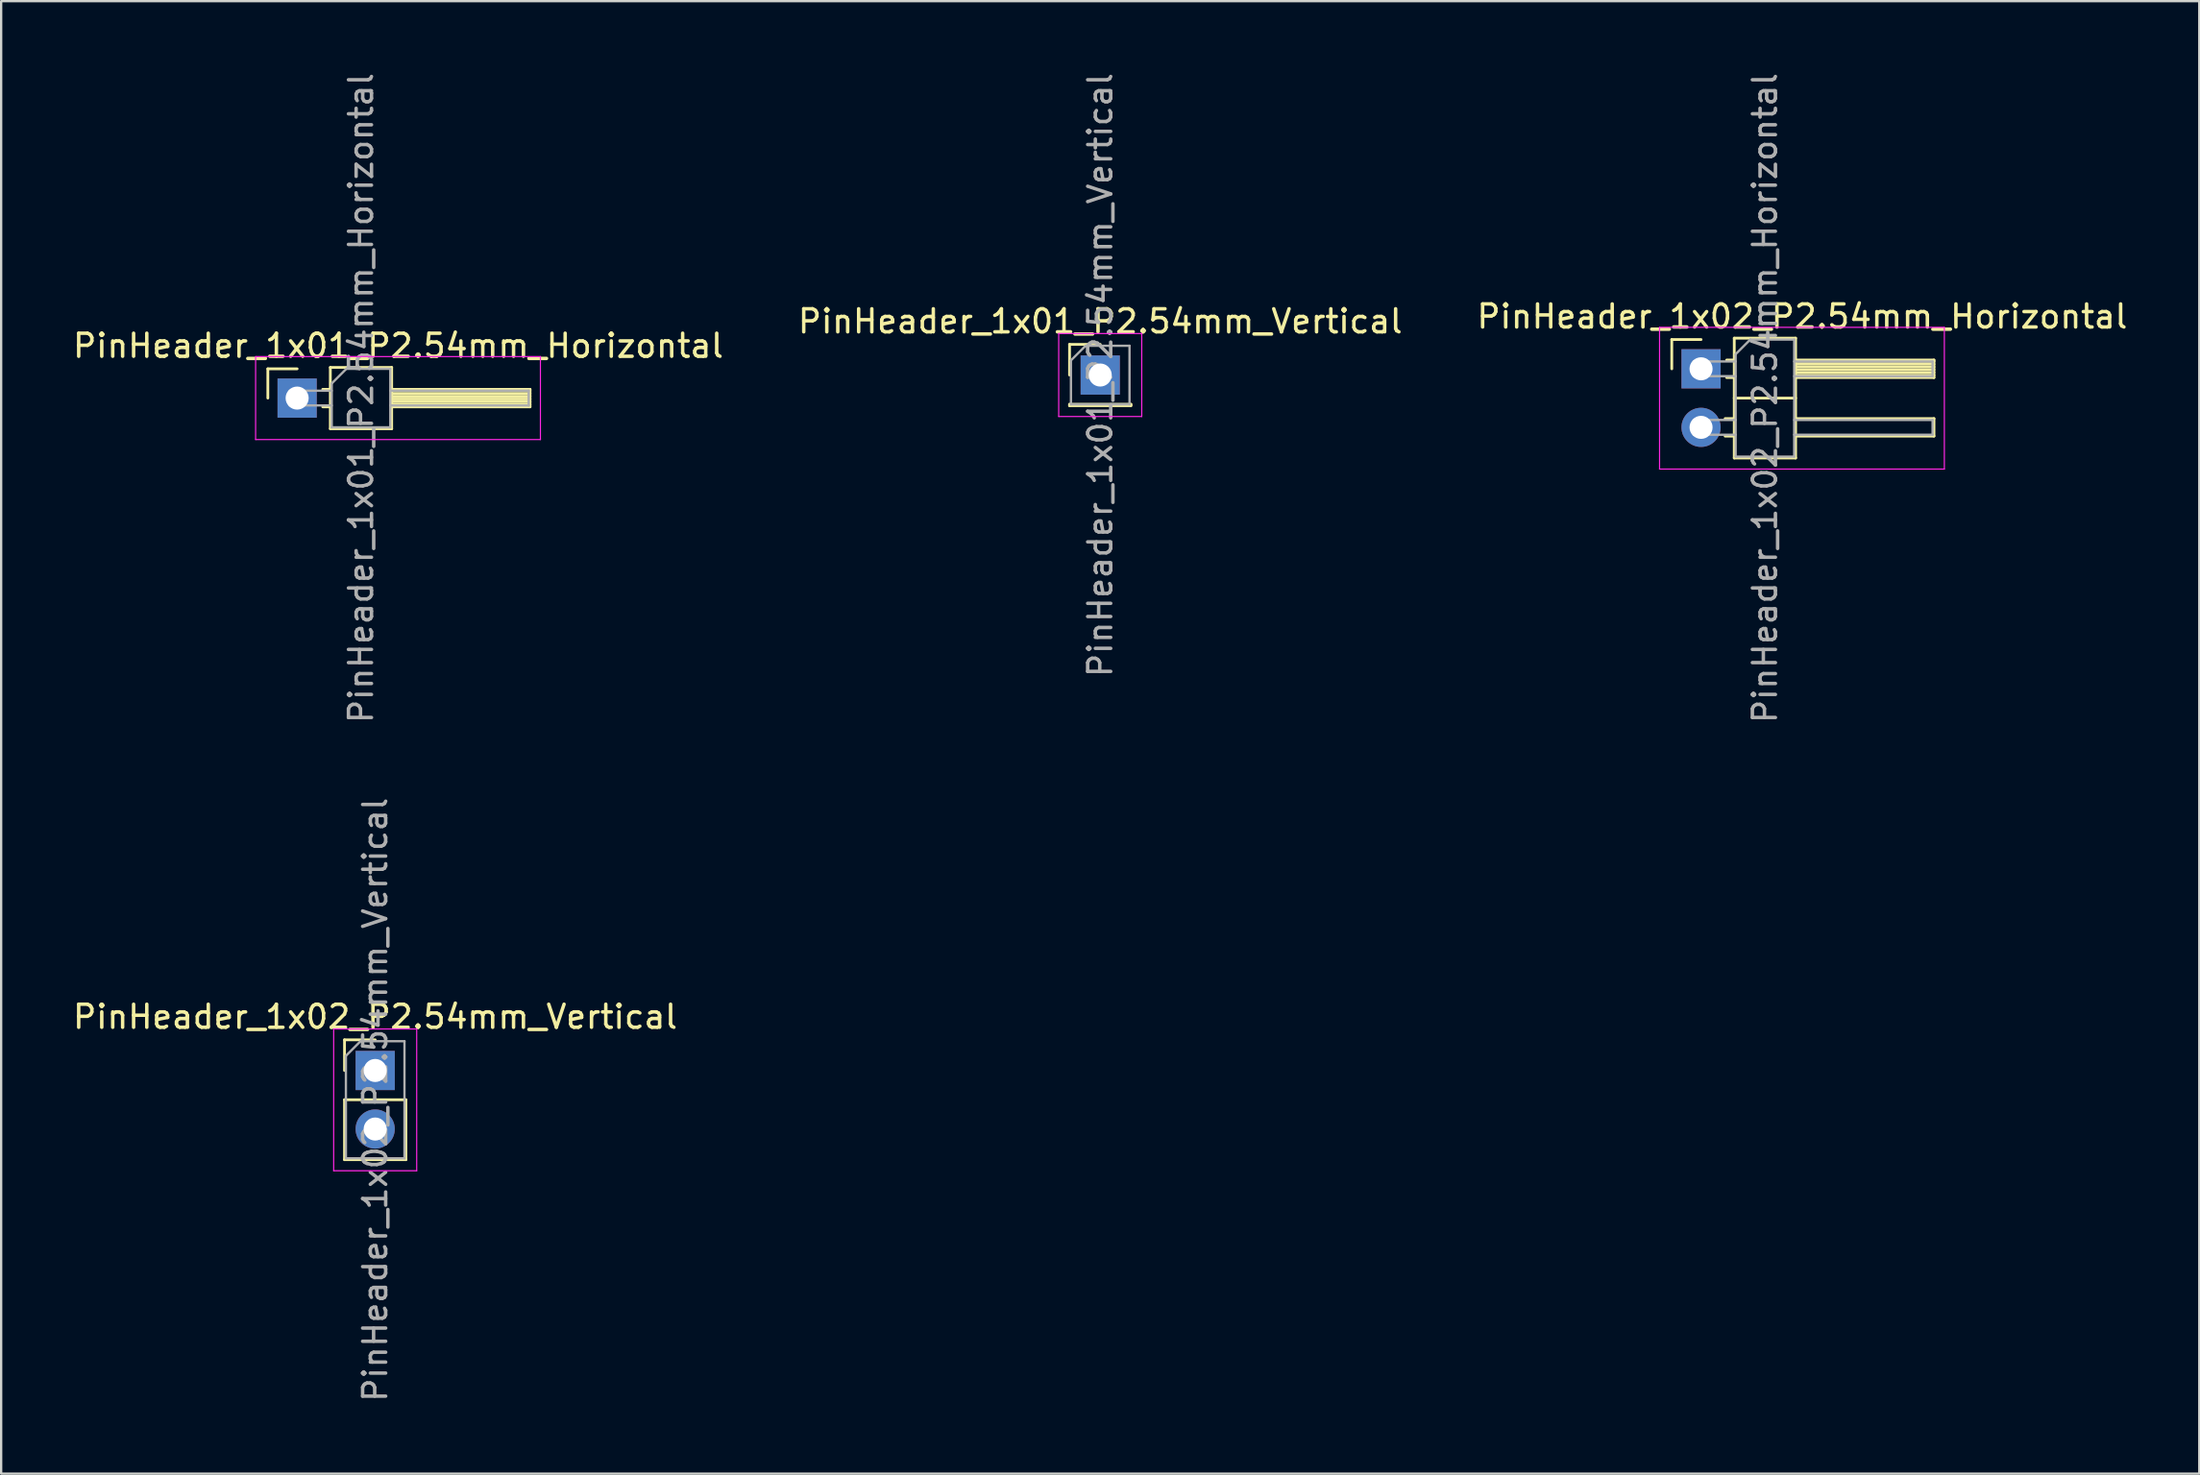
<source format=kicad_pcb>
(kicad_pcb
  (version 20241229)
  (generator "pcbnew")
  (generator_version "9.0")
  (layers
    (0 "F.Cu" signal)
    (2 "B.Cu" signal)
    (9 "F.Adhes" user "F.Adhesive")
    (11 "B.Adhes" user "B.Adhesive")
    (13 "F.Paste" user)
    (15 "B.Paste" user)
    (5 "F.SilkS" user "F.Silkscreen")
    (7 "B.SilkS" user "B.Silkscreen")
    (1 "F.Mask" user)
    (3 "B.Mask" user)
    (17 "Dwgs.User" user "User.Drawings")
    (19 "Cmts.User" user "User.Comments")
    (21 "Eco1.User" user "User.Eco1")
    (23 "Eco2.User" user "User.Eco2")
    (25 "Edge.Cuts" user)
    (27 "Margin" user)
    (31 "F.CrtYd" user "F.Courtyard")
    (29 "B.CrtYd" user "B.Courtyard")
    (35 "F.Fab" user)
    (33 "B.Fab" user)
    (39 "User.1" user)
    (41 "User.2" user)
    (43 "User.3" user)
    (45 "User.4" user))
  (footprint "PinHeader_1x01_P2.54mm_Vertical"
    (layer "F.Cu")
    (at 44.661 13.22)
    (property "Reference" "PinHeader_1x01_P2.54mm_Vertical" (at 0 -2.33 0) (layer "F.SilkS") (effects (font (size 1 1) (thickness 0.15))))
    (attr through_hole)
    (fp_line (start -1.33 -1.33) (end 0 -1.33) (stroke (width 0.12) (type solid)) (layer "F.SilkS"))
    (fp_line (start -1.33 0) (end -1.33 -1.33) (stroke (width 0.12) (type solid)) (layer "F.SilkS"))
    (fp_line (start -1.33 1.27) (end -1.33 1.33) (stroke (width 0.12) (type solid)) (layer "F.SilkS"))
    (fp_line (start -1.33 1.27) (end 1.33 1.27) (stroke (width 0.12) (type solid)) (layer "F.SilkS"))
    (fp_line (start -1.33 1.33) (end 1.33 1.33) (stroke (width 0.12) (type solid)) (layer "F.SilkS"))
    (fp_line (start 1.33 1.27) (end 1.33 1.33) (stroke (width 0.12) (type solid)) (layer "F.SilkS"))
    (fp_line (start -1.8 -1.8) (end -1.8 1.8) (stroke (width 0.05) (type solid)) (layer "F.CrtYd"))
    (fp_line (start -1.8 1.8) (end 1.8 1.8) (stroke (width 0.05) (type solid)) (layer "F.CrtYd"))
    (fp_line (start 1.8 -1.8) (end -1.8 -1.8) (stroke (width 0.05) (type solid)) (layer "F.CrtYd"))
    (fp_line (start 1.8 1.8) (end 1.8 -1.8) (stroke (width 0.05) (type solid)) (layer "F.CrtYd"))
    (fp_line (start -1.27 -0.635) (end -0.635 -1.27) (stroke (width 0.1) (type solid)) (layer "F.Fab"))
    (fp_line (start -1.27 1.27) (end -1.27 -0.635) (stroke (width 0.1) (type solid)) (layer "F.Fab"))
    (fp_line (start -0.635 -1.27) (end 1.27 -1.27) (stroke (width 0.1) (type solid)) (layer "F.Fab"))
    (fp_line (start 1.27 -1.27) (end 1.27 1.27) (stroke (width 0.1) (type solid)) (layer "F.Fab"))
    (fp_line (start 1.27 1.27) (end -1.27 1.27) (stroke (width 0.1) (type solid)) (layer "F.Fab"))
    (fp_text user "${REFERENCE}" (at 0 0 90) (layer "F.Fab") (effects (font (size 1 1) (thickness 0.15))))
    (pad "1" thru_hole rect (at 0 0) (size 1.7 1.7) (drill 1) (layers "*.Cu" "*.Mask")))
  (footprint "PinHeader_1x02_P2.54mm_Horizontal"
    (layer "F.Cu")
    (at 70.716 12.95)
    (property "Reference" "PinHeader_1x02_P2.54mm_Horizontal" (at 4.385 -2.27 0) (layer "F.SilkS") (effects (font (size 1 1) (thickness 0.15))))
    (attr through_hole)
    (fp_line (start -1.27 -1.27) (end 0 -1.27) (stroke (width 0.12) (type solid)) (layer "F.SilkS"))
    (fp_line (start -1.27 0) (end -1.27 -1.27) (stroke (width 0.12) (type solid)) (layer "F.SilkS"))
    (fp_line (start 1.043 2.16) (end 1.44 2.16) (stroke (width 0.12) (type solid)) (layer "F.SilkS"))
    (fp_line (start 1.043 2.92) (end 1.44 2.92) (stroke (width 0.12) (type solid)) (layer "F.SilkS"))
    (fp_line (start 1.11 -0.38) (end 1.44 -0.38) (stroke (width 0.12) (type solid)) (layer "F.SilkS"))
    (fp_line (start 1.11 0.38) (end 1.44 0.38) (stroke (width 0.12) (type solid)) (layer "F.SilkS"))
    (fp_line (start 1.44 -1.33) (end 1.44 3.87) (stroke (width 0.12) (type solid)) (layer "F.SilkS"))
    (fp_line (start 1.44 1.27) (end 4.1 1.27) (stroke (width 0.12) (type solid)) (layer "F.SilkS"))
    (fp_line (start 1.44 3.87) (end 4.1 3.87) (stroke (width 0.12) (type solid)) (layer "F.SilkS"))
    (fp_line (start 4.1 -1.33) (end 1.44 -1.33) (stroke (width 0.12) (type solid)) (layer "F.SilkS"))
    (fp_line (start 4.1 -0.38) (end 10.1 -0.38) (stroke (width 0.12) (type solid)) (layer "F.SilkS"))
    (fp_line (start 4.1 -0.32) (end 10.1 -0.32) (stroke (width 0.12) (type solid)) (layer "F.SilkS"))
    (fp_line (start 4.1 -0.2) (end 10.1 -0.2) (stroke (width 0.12) (type solid)) (layer "F.SilkS"))
    (fp_line (start 4.1 -0.08) (end 10.1 -0.08) (stroke (width 0.12) (type solid)) (layer "F.SilkS"))
    (fp_line (start 4.1 0.04) (end 10.1 0.04) (stroke (width 0.12) (type solid)) (layer "F.SilkS"))
    (fp_line (start 4.1 0.16) (end 10.1 0.16) (stroke (width 0.12) (type solid)) (layer "F.SilkS"))
    (fp_line (start 4.1 0.28) (end 10.1 0.28) (stroke (width 0.12) (type solid)) (layer "F.SilkS"))
    (fp_line (start 4.1 2.16) (end 10.1 2.16) (stroke (width 0.12) (type solid)) (layer "F.SilkS"))
    (fp_line (start 4.1 3.87) (end 4.1 -1.33) (stroke (width 0.12) (type solid)) (layer "F.SilkS"))
    (fp_line (start 10.1 -0.38) (end 10.1 0.38) (stroke (width 0.12) (type solid)) (layer "F.SilkS"))
    (fp_line (start 10.1 0.38) (end 4.1 0.38) (stroke (width 0.12) (type solid)) (layer "F.SilkS"))
    (fp_line (start 10.1 2.16) (end 10.1 2.92) (stroke (width 0.12) (type solid)) (layer "F.SilkS"))
    (fp_line (start 10.1 2.92) (end 4.1 2.92) (stroke (width 0.12) (type solid)) (layer "F.SilkS"))
    (fp_line (start -1.8 -1.8) (end -1.8 4.35) (stroke (width 0.05) (type solid)) (layer "F.CrtYd"))
    (fp_line (start -1.8 4.35) (end 10.55 4.35) (stroke (width 0.05) (type solid)) (layer "F.CrtYd"))
    (fp_line (start 10.55 -1.8) (end -1.8 -1.8) (stroke (width 0.05) (type solid)) (layer "F.CrtYd"))
    (fp_line (start 10.55 4.35) (end 10.55 -1.8) (stroke (width 0.05) (type solid)) (layer "F.CrtYd"))
    (fp_line (start -0.32 -0.32) (end -0.32 0.32) (stroke (width 0.1) (type solid)) (layer "F.Fab"))
    (fp_line (start -0.32 -0.32) (end 1.5 -0.32) (stroke (width 0.1) (type solid)) (layer "F.Fab"))
    (fp_line (start -0.32 0.32) (end 1.5 0.32) (stroke (width 0.1) (type solid)) (layer "F.Fab"))
    (fp_line (start -0.32 2.22) (end -0.32 2.86) (stroke (width 0.1) (type solid)) (layer "F.Fab"))
    (fp_line (start -0.32 2.22) (end 1.5 2.22) (stroke (width 0.1) (type solid)) (layer "F.Fab"))
    (fp_line (start -0.32 2.86) (end 1.5 2.86) (stroke (width 0.1) (type solid)) (layer "F.Fab"))
    (fp_line (start 1.5 -0.635) (end 2.135 -1.27) (stroke (width 0.1) (type solid)) (layer "F.Fab"))
    (fp_line (start 1.5 3.81) (end 1.5 -0.635) (stroke (width 0.1) (type solid)) (layer "F.Fab"))
    (fp_line (start 2.135 -1.27) (end 4.04 -1.27) (stroke (width 0.1) (type solid)) (layer "F.Fab"))
    (fp_line (start 4.04 -1.27) (end 4.04 3.81) (stroke (width 0.1) (type solid)) (layer "F.Fab"))
    (fp_line (start 4.04 -0.32) (end 10.04 -0.32) (stroke (width 0.1) (type solid)) (layer "F.Fab"))
    (fp_line (start 4.04 0.32) (end 10.04 0.32) (stroke (width 0.1) (type solid)) (layer "F.Fab"))
    (fp_line (start 4.04 2.22) (end 10.04 2.22) (stroke (width 0.1) (type solid)) (layer "F.Fab"))
    (fp_line (start 4.04 2.86) (end 10.04 2.86) (stroke (width 0.1) (type solid)) (layer "F.Fab"))
    (fp_line (start 4.04 3.81) (end 1.5 3.81) (stroke (width 0.1) (type solid)) (layer "F.Fab"))
    (fp_line (start 10.04 -0.32) (end 10.04 0.32) (stroke (width 0.1) (type solid)) (layer "F.Fab"))
    (fp_line (start 10.04 2.22) (end 10.04 2.86) (stroke (width 0.1) (type solid)) (layer "F.Fab"))
    (fp_text user "${REFERENCE}" (at 2.77 1.27 90) (layer "F.Fab") (effects (font (size 1 1) (thickness 0.15))))
    (pad "1" thru_hole rect (at 0 0) (size 1.7 1.7) (drill 1) (layers "*.Cu" "*.Mask"))
    (pad "2" thru_hole oval (at 0 2.54) (size 1.7 1.7) (drill 1) (layers "*.Cu" "*.Mask")))
  (footprint "PinHeader_1x01_P2.54mm_Horizontal"
    (layer "F.Cu")
    (at 9.835 14.22)
    (property "Reference" "PinHeader_1x01_P2.54mm_Horizontal" (at 4.385 -2.27 0) (layer "F.SilkS") (effects (font (size 1 1) (thickness 0.15))))
    (attr through_hole)
    (fp_line (start -1.27 -1.27) (end 0 -1.27) (stroke (width 0.12) (type solid)) (layer "F.SilkS"))
    (fp_line (start -1.27 0) (end -1.27 -1.27) (stroke (width 0.12) (type solid)) (layer "F.SilkS"))
    (fp_line (start 1.11 -0.38) (end 1.44 -0.38) (stroke (width 0.12) (type solid)) (layer "F.SilkS"))
    (fp_line (start 1.11 0.38) (end 1.44 0.38) (stroke (width 0.12) (type solid)) (layer "F.SilkS"))
    (fp_line (start 1.44 -1.33) (end 1.44 1.33) (stroke (width 0.12) (type solid)) (layer "F.SilkS"))
    (fp_line (start 1.44 1.33) (end 4.1 1.33) (stroke (width 0.12) (type solid)) (layer "F.SilkS"))
    (fp_line (start 4.1 -1.33) (end 1.44 -1.33) (stroke (width 0.12) (type solid)) (layer "F.SilkS"))
    (fp_line (start 4.1 -0.38) (end 10.1 -0.38) (stroke (width 0.12) (type solid)) (layer "F.SilkS"))
    (fp_line (start 4.1 -0.32) (end 10.1 -0.32) (stroke (width 0.12) (type solid)) (layer "F.SilkS"))
    (fp_line (start 4.1 -0.2) (end 10.1 -0.2) (stroke (width 0.12) (type solid)) (layer "F.SilkS"))
    (fp_line (start 4.1 -0.08) (end 10.1 -0.08) (stroke (width 0.12) (type solid)) (layer "F.SilkS"))
    (fp_line (start 4.1 0.04) (end 10.1 0.04) (stroke (width 0.12) (type solid)) (layer "F.SilkS"))
    (fp_line (start 4.1 0.16) (end 10.1 0.16) (stroke (width 0.12) (type solid)) (layer "F.SilkS"))
    (fp_line (start 4.1 0.28) (end 10.1 0.28) (stroke (width 0.12) (type solid)) (layer "F.SilkS"))
    (fp_line (start 4.1 1.33) (end 4.1 -1.33) (stroke (width 0.12) (type solid)) (layer "F.SilkS"))
    (fp_line (start 10.1 -0.38) (end 10.1 0.38) (stroke (width 0.12) (type solid)) (layer "F.SilkS"))
    (fp_line (start 10.1 0.38) (end 4.1 0.38) (stroke (width 0.12) (type solid)) (layer "F.SilkS"))
    (fp_line (start -1.8 -1.8) (end -1.8 1.8) (stroke (width 0.05) (type solid)) (layer "F.CrtYd"))
    (fp_line (start -1.8 1.8) (end 10.55 1.8) (stroke (width 0.05) (type solid)) (layer "F.CrtYd"))
    (fp_line (start 10.55 -1.8) (end -1.8 -1.8) (stroke (width 0.05) (type solid)) (layer "F.CrtYd"))
    (fp_line (start 10.55 1.8) (end 10.55 -1.8) (stroke (width 0.05) (type solid)) (layer "F.CrtYd"))
    (fp_line (start -0.32 -0.32) (end -0.32 0.32) (stroke (width 0.1) (type solid)) (layer "F.Fab"))
    (fp_line (start -0.32 -0.32) (end 1.5 -0.32) (stroke (width 0.1) (type solid)) (layer "F.Fab"))
    (fp_line (start -0.32 0.32) (end 1.5 0.32) (stroke (width 0.1) (type solid)) (layer "F.Fab"))
    (fp_line (start 1.5 -0.635) (end 2.135 -1.27) (stroke (width 0.1) (type solid)) (layer "F.Fab"))
    (fp_line (start 1.5 1.27) (end 1.5 -0.635) (stroke (width 0.1) (type solid)) (layer "F.Fab"))
    (fp_line (start 2.135 -1.27) (end 4.04 -1.27) (stroke (width 0.1) (type solid)) (layer "F.Fab"))
    (fp_line (start 4.04 -1.27) (end 4.04 1.27) (stroke (width 0.1) (type solid)) (layer "F.Fab"))
    (fp_line (start 4.04 -0.32) (end 10.04 -0.32) (stroke (width 0.1) (type solid)) (layer "F.Fab"))
    (fp_line (start 4.04 0.32) (end 10.04 0.32) (stroke (width 0.1) (type solid)) (layer "F.Fab"))
    (fp_line (start 4.04 1.27) (end 1.5 1.27) (stroke (width 0.1) (type solid)) (layer "F.Fab"))
    (fp_line (start 10.04 -0.32) (end 10.04 0.32) (stroke (width 0.1) (type solid)) (layer "F.Fab"))
    (fp_text user "${REFERENCE}" (at 2.77 0 90) (layer "F.Fab") (effects (font (size 1 1) (thickness 0.15))))
    (pad "1" thru_hole rect (at 0 0) (size 1.7 1.7) (drill 1) (layers "*.Cu" "*.Mask")))
  (footprint "PinHeader_1x02_P2.54mm_Vertical"
    (layer "F.Cu")
    (at 13.22 43.391)
    (property "Reference" "PinHeader_1x02_P2.54mm_Vertical" (at 0 -2.33 0) (layer "F.SilkS") (effects (font (size 1 1) (thickness 0.15))))
    (attr through_hole)
    (fp_line (start -1.33 -1.33) (end 0 -1.33) (stroke (width 0.12) (type solid)) (layer "F.SilkS"))
    (fp_line (start -1.33 0) (end -1.33 -1.33) (stroke (width 0.12) (type solid)) (layer "F.SilkS"))
    (fp_line (start -1.33 1.27) (end -1.33 3.87) (stroke (width 0.12) (type solid)) (layer "F.SilkS"))
    (fp_line (start -1.33 1.27) (end 1.33 1.27) (stroke (width 0.12) (type solid)) (layer "F.SilkS"))
    (fp_line (start -1.33 3.87) (end 1.33 3.87) (stroke (width 0.12) (type solid)) (layer "F.SilkS"))
    (fp_line (start 1.33 1.27) (end 1.33 3.87) (stroke (width 0.12) (type solid)) (layer "F.SilkS"))
    (fp_line (start -1.8 -1.8) (end -1.8 4.35) (stroke (width 0.05) (type solid)) (layer "F.CrtYd"))
    (fp_line (start -1.8 4.35) (end 1.8 4.35) (stroke (width 0.05) (type solid)) (layer "F.CrtYd"))
    (fp_line (start 1.8 -1.8) (end -1.8 -1.8) (stroke (width 0.05) (type solid)) (layer "F.CrtYd"))
    (fp_line (start 1.8 4.35) (end 1.8 -1.8) (stroke (width 0.05) (type solid)) (layer "F.CrtYd"))
    (fp_line (start -1.27 -0.635) (end -0.635 -1.27) (stroke (width 0.1) (type solid)) (layer "F.Fab"))
    (fp_line (start -1.27 3.81) (end -1.27 -0.635) (stroke (width 0.1) (type solid)) (layer "F.Fab"))
    (fp_line (start -0.635 -1.27) (end 1.27 -1.27) (stroke (width 0.1) (type solid)) (layer "F.Fab"))
    (fp_line (start 1.27 -1.27) (end 1.27 3.81) (stroke (width 0.1) (type solid)) (layer "F.Fab"))
    (fp_line (start 1.27 3.81) (end -1.27 3.81) (stroke (width 0.1) (type solid)) (layer "F.Fab"))
    (fp_text user "${REFERENCE}" (at 0 1.27 90) (layer "F.Fab") (effects (font (size 1 1) (thickness 0.15))))
    (pad "1" thru_hole rect (at 0 0) (size 1.7 1.7) (drill 1) (layers "*.Cu" "*.Mask"))
    (pad "2" thru_hole oval (at 0 2.54) (size 1.7 1.7) (drill 1) (layers "*.Cu" "*.Mask")))
  (gr_rect
    (start -3 -3)
    (end 92.321 60.881)
    (stroke (width 0.1) (type default))
    (fill no)
    (layer "Edge.Cuts")))
</source>
